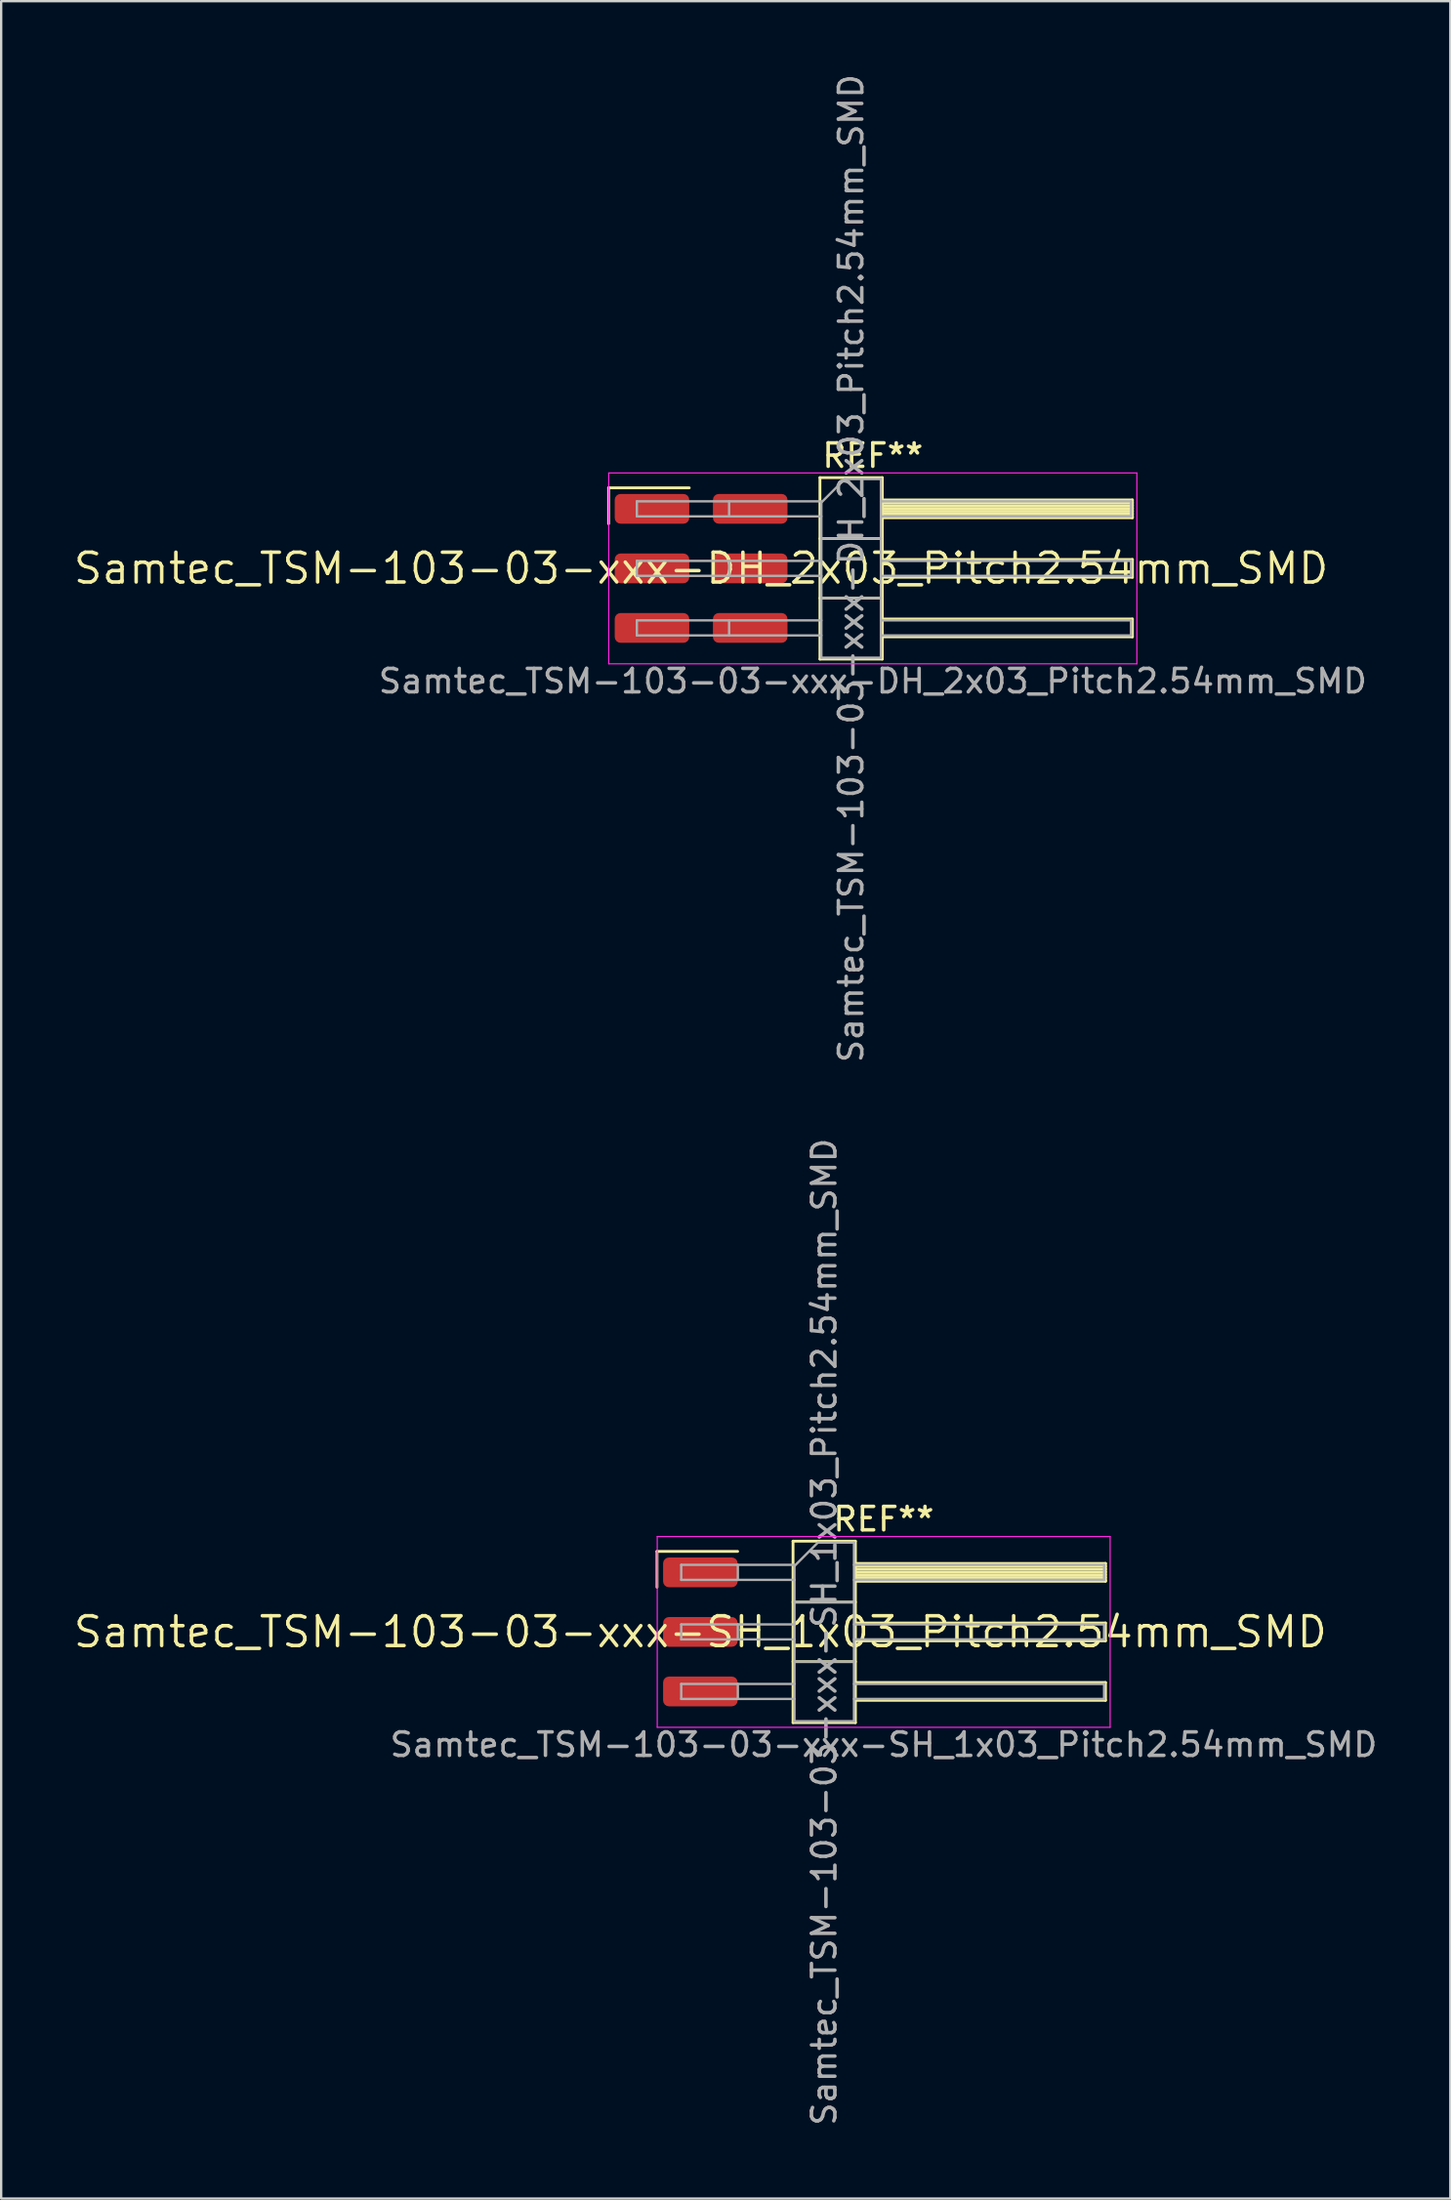
<source format=kicad_pcb>
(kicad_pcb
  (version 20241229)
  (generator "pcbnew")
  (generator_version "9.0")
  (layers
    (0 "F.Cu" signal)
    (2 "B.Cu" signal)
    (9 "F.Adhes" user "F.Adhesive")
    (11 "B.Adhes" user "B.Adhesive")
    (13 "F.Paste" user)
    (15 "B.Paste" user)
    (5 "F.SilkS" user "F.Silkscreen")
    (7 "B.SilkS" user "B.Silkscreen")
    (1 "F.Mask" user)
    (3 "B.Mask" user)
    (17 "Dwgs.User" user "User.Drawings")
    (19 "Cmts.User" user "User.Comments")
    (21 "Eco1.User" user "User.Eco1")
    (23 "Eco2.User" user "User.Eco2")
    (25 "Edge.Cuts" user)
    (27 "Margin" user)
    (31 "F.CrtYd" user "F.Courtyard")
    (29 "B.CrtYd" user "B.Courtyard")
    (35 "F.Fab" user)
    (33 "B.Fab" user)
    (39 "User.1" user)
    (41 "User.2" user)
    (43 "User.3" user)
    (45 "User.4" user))
  (footprint "Samtec_TSM-103-03-xxx-DH_2x03_Pitch2.54mm_SMD"
    (layer "F.Cu")
    (at 26.859 21.196)
    (property "Reference" "Samtec_TSM-103-03-xxx-DH_2x03_Pitch2.54mm_SMD" (at 0 0 0) (layer "F.SilkS") (effects (font (size 1.27 1.27) (thickness 0.15))))
    (attr smd)
    (fp_line (start -3.945 -3.435) (end -0.505 -3.435) (stroke (width 0.12) (type solid)) (layer "F.SilkS"))
    (fp_line (start -3.945 -1.905) (end -3.945 -3.435) (stroke (width 0.12) (type solid)) (layer "F.SilkS"))
    (fp_line (start 5.07 -3.87) (end 7.73 -3.87) (stroke (width 0.12) (type solid)) (layer "F.SilkS"))
    (fp_line (start 5.07 -1.27) (end 7.73 -1.27) (stroke (width 0.12) (type solid)) (layer "F.SilkS"))
    (fp_line (start 5.07 1.27) (end 7.73 1.27) (stroke (width 0.12) (type solid)) (layer "F.SilkS"))
    (fp_line (start 5.07 3.87) (end 5.07 -3.87) (stroke (width 0.12) (type solid)) (layer "F.SilkS"))
    (fp_line (start 7.73 -3.87) (end 7.73 3.87) (stroke (width 0.12) (type solid)) (layer "F.SilkS"))
    (fp_line (start 7.73 -2.92) (end 18.4 -2.92) (stroke (width 0.12) (type solid)) (layer "F.SilkS"))
    (fp_line (start 7.73 -2.8) (end 18.4 -2.8) (stroke (width 0.12) (type solid)) (layer "F.SilkS"))
    (fp_line (start 7.73 -2.68) (end 18.4 -2.68) (stroke (width 0.12) (type solid)) (layer "F.SilkS"))
    (fp_line (start 7.73 -2.56) (end 18.4 -2.56) (stroke (width 0.12) (type solid)) (layer "F.SilkS"))
    (fp_line (start 7.73 -2.44) (end 18.4 -2.44) (stroke (width 0.12) (type solid)) (layer "F.SilkS"))
    (fp_line (start 7.73 -2.32) (end 18.4 -2.32) (stroke (width 0.12) (type solid)) (layer "F.SilkS"))
    (fp_line (start 7.73 -2.2) (end 18.4 -2.2) (stroke (width 0.12) (type solid)) (layer "F.SilkS"))
    (fp_line (start 7.73 -2.16) (end 18.4 -2.16) (stroke (width 0.12) (type solid)) (layer "F.SilkS"))
    (fp_line (start 7.73 -0.38) (end 18.4 -0.38) (stroke (width 0.12) (type solid)) (layer "F.SilkS"))
    (fp_line (start 7.73 0.38) (end 18.4 0.38) (stroke (width 0.12) (type solid)) (layer "F.SilkS"))
    (fp_line (start 7.73 2.16) (end 18.4 2.16) (stroke (width 0.12) (type solid)) (layer "F.SilkS"))
    (fp_line (start 7.73 2.92) (end 18.4 2.92) (stroke (width 0.12) (type solid)) (layer "F.SilkS"))
    (fp_line (start 7.73 3.87) (end 5.07 3.87) (stroke (width 0.12) (type solid)) (layer "F.SilkS"))
    (fp_line (start 18.4 -2.92) (end 18.4 -2.16) (stroke (width 0.12) (type solid)) (layer "F.SilkS"))
    (fp_line (start 18.4 -0.38) (end 18.4 0.38) (stroke (width 0.12) (type solid)) (layer "F.SilkS"))
    (fp_line (start 18.4 2.16) (end 18.4 2.92) (stroke (width 0.12) (type solid)) (layer "F.SilkS"))
    (fp_line (start -3.94 -4.07) (end 18.59 -4.07) (stroke (width 0.05) (type solid)) (layer "F.CrtYd"))
    (fp_line (start -3.94 4.07) (end -3.94 -4.07) (stroke (width 0.05) (type solid)) (layer "F.CrtYd"))
    (fp_line (start 18.59 -4.07) (end 18.59 4.07) (stroke (width 0.05) (type solid)) (layer "F.CrtYd"))
    (fp_line (start 18.59 4.07) (end -3.94 4.07) (stroke (width 0.05) (type solid)) (layer "F.CrtYd"))
    (fp_line (start -2.74 -2.86) (end -2.74 -2.22) (stroke (width 0.1) (type solid)) (layer "F.Fab"))
    (fp_line (start -2.74 -2.86) (end 5.13 -2.86) (stroke (width 0.1) (type solid)) (layer "F.Fab"))
    (fp_line (start -2.74 -2.22) (end 5.13 -2.22) (stroke (width 0.1) (type solid)) (layer "F.Fab"))
    (fp_line (start -2.74 -0.32) (end -2.74 0.32) (stroke (width 0.1) (type solid)) (layer "F.Fab"))
    (fp_line (start -2.74 -0.32) (end 5.13 -0.32) (stroke (width 0.1) (type solid)) (layer "F.Fab"))
    (fp_line (start -2.74 0.32) (end 5.13 0.32) (stroke (width 0.1) (type solid)) (layer "F.Fab"))
    (fp_line (start -2.74 2.22) (end -2.74 2.86) (stroke (width 0.1) (type solid)) (layer "F.Fab"))
    (fp_line (start -2.74 2.22) (end 5.13 2.22) (stroke (width 0.1) (type solid)) (layer "F.Fab"))
    (fp_line (start -2.74 2.86) (end 5.13 2.86) (stroke (width 0.1) (type solid)) (layer "F.Fab"))
    (fp_line (start 1.195 -2.86) (end 1.195 -2.22) (stroke (width 0.1) (type solid)) (layer "F.Fab"))
    (fp_line (start 1.195 -0.32) (end 1.195 0.32) (stroke (width 0.1) (type solid)) (layer "F.Fab"))
    (fp_line (start 1.195 2.22) (end 1.195 2.86) (stroke (width 0.1) (type solid)) (layer "F.Fab"))
    (fp_line (start 5.13 -2.81) (end 6.13 -3.81) (stroke (width 0.1) (type solid)) (layer "F.Fab"))
    (fp_line (start 5.13 -1.27) (end 7.67 -1.27) (stroke (width 0.1) (type solid)) (layer "F.Fab"))
    (fp_line (start 5.13 1.27) (end 7.67 1.27) (stroke (width 0.1) (type solid)) (layer "F.Fab"))
    (fp_line (start 5.13 3.81) (end 5.13 -2.81) (stroke (width 0.1) (type solid)) (layer "F.Fab"))
    (fp_line (start 6.13 -3.81) (end 7.67 -3.81) (stroke (width 0.1) (type solid)) (layer "F.Fab"))
    (fp_line (start 7.67 -3.81) (end 7.67 3.81) (stroke (width 0.1) (type solid)) (layer "F.Fab"))
    (fp_line (start 7.67 -2.86) (end 18.34 -2.86) (stroke (width 0.1) (type solid)) (layer "F.Fab"))
    (fp_line (start 7.67 -2.22) (end 18.34 -2.22) (stroke (width 0.1) (type solid)) (layer "F.Fab"))
    (fp_line (start 7.67 -0.32) (end 18.34 -0.32) (stroke (width 0.1) (type solid)) (layer "F.Fab"))
    (fp_line (start 7.67 0.32) (end 18.34 0.32) (stroke (width 0.1) (type solid)) (layer "F.Fab"))
    (fp_line (start 7.67 2.22) (end 18.34 2.22) (stroke (width 0.1) (type solid)) (layer "F.Fab"))
    (fp_line (start 7.67 2.86) (end 18.34 2.86) (stroke (width 0.1) (type solid)) (layer "F.Fab"))
    (fp_line (start 7.67 3.81) (end 5.13 3.81) (stroke (width 0.1) (type solid)) (layer "F.Fab"))
    (fp_line (start 18.34 -2.86) (end 18.34 -2.22) (stroke (width 0.1) (type solid)) (layer "F.Fab"))
    (fp_line (start 18.34 -0.32) (end 18.34 0.32) (stroke (width 0.1) (type solid)) (layer "F.Fab"))
    (fp_line (start 18.34 2.22) (end 18.34 2.86) (stroke (width 0.1) (type solid)) (layer "F.Fab"))
    (fp_text user "REF**" (at 7.325 -4.81 0) (layer "F.SilkS") (effects (font (size 1 1) (thickness 0.15))))
    (fp_text user "${REFERENCE}" (at 6.4 0 90) (layer "F.Fab") (effects (font (size 1 1) (thickness 0.15))))
    (fp_text user "Samtec_TSM-103-03-xxx-DH_2x03_Pitch2.54mm_SMD" (at 7.325 4.81 0) (layer "F.Fab") (effects (font (size 1 1) (thickness 0.15))))
    (pad "1" smd roundrect (at -2.095 -2.54) (size 3.18 1.27) (layers "F.Cu" "F.Mask" "F.Paste") (roundrect_rratio 0.197))
    (pad "2" smd roundrect (at 2.095 -2.54) (size 3.18 1.27) (layers "F.Cu" "F.Mask" "F.Paste") (roundrect_rratio 0.197))
    (pad "3" smd roundrect (at -2.095 0) (size 3.18 1.27) (layers "F.Cu" "F.Mask" "F.Paste") (roundrect_rratio 0.197))
    (pad "4" smd roundrect (at 2.095 0) (size 3.18 1.27) (layers "F.Cu" "F.Mask" "F.Paste") (roundrect_rratio 0.197))
    (pad "5" smd roundrect (at -2.095 2.54) (size 3.18 1.27) (layers "F.Cu" "F.Mask" "F.Paste") (roundrect_rratio 0.197))
    (pad "6" smd roundrect (at 2.095 2.54) (size 3.18 1.27) (layers "F.Cu" "F.Mask" "F.Paste") (roundrect_rratio 0.197)))
  (footprint "Samtec_TSM-103-03-xxx-SH_1x03_Pitch2.54mm_SMD"
    (layer "F.Cu")
    (at 26.828 66.565)
    (property "Reference" "Samtec_TSM-103-03-xxx-SH_1x03_Pitch2.54mm_SMD" (at 0 0 0) (layer "F.SilkS") (effects (font (size 1.27 1.27) (thickness 0.15))))
    (attr smd)
    (fp_line (start -1.85 -3.435) (end 1.59 -3.435) (stroke (width 0.12) (type solid)) (layer "F.SilkS"))
    (fp_line (start -1.85 -1.905) (end -1.85 -3.435) (stroke (width 0.12) (type solid)) (layer "F.SilkS"))
    (fp_line (start 3.953 -3.87) (end 6.613 -3.87) (stroke (width 0.12) (type solid)) (layer "F.SilkS"))
    (fp_line (start 3.953 -1.27) (end 6.613 -1.27) (stroke (width 0.12) (type solid)) (layer "F.SilkS"))
    (fp_line (start 3.953 1.27) (end 6.613 1.27) (stroke (width 0.12) (type solid)) (layer "F.SilkS"))
    (fp_line (start 3.953 3.87) (end 3.953 -3.87) (stroke (width 0.12) (type solid)) (layer "F.SilkS"))
    (fp_line (start 6.613 -3.87) (end 6.613 3.87) (stroke (width 0.12) (type solid)) (layer "F.SilkS"))
    (fp_line (start 6.613 -2.92) (end 17.283 -2.92) (stroke (width 0.12) (type solid)) (layer "F.SilkS"))
    (fp_line (start 6.613 -2.8) (end 17.283 -2.8) (stroke (width 0.12) (type solid)) (layer "F.SilkS"))
    (fp_line (start 6.613 -2.68) (end 17.283 -2.68) (stroke (width 0.12) (type solid)) (layer "F.SilkS"))
    (fp_line (start 6.613 -2.56) (end 17.283 -2.56) (stroke (width 0.12) (type solid)) (layer "F.SilkS"))
    (fp_line (start 6.613 -2.44) (end 17.283 -2.44) (stroke (width 0.12) (type solid)) (layer "F.SilkS"))
    (fp_line (start 6.613 -2.32) (end 17.283 -2.32) (stroke (width 0.12) (type solid)) (layer "F.SilkS"))
    (fp_line (start 6.613 -2.2) (end 17.283 -2.2) (stroke (width 0.12) (type solid)) (layer "F.SilkS"))
    (fp_line (start 6.613 -2.16) (end 17.283 -2.16) (stroke (width 0.12) (type solid)) (layer "F.SilkS"))
    (fp_line (start 6.613 -0.38) (end 17.283 -0.38) (stroke (width 0.12) (type solid)) (layer "F.SilkS"))
    (fp_line (start 6.613 0.38) (end 17.283 0.38) (stroke (width 0.12) (type solid)) (layer "F.SilkS"))
    (fp_line (start 6.613 2.16) (end 17.283 2.16) (stroke (width 0.12) (type solid)) (layer "F.SilkS"))
    (fp_line (start 6.613 2.92) (end 17.283 2.92) (stroke (width 0.12) (type solid)) (layer "F.SilkS"))
    (fp_line (start 6.613 3.87) (end 3.953 3.87) (stroke (width 0.12) (type solid)) (layer "F.SilkS"))
    (fp_line (start 17.283 -2.92) (end 17.283 -2.16) (stroke (width 0.12) (type solid)) (layer "F.SilkS"))
    (fp_line (start 17.283 -0.38) (end 17.283 0.38) (stroke (width 0.12) (type solid)) (layer "F.SilkS"))
    (fp_line (start 17.283 2.16) (end 17.283 2.92) (stroke (width 0.12) (type solid)) (layer "F.SilkS"))
    (fp_line (start -1.84 -4.07) (end 17.48 -4.07) (stroke (width 0.05) (type solid)) (layer "F.CrtYd"))
    (fp_line (start -1.84 4.07) (end -1.84 -4.07) (stroke (width 0.05) (type solid)) (layer "F.CrtYd"))
    (fp_line (start 17.48 -4.07) (end 17.48 4.07) (stroke (width 0.05) (type solid)) (layer "F.CrtYd"))
    (fp_line (start 17.48 4.07) (end -1.84 4.07) (stroke (width 0.05) (type solid)) (layer "F.CrtYd"))
    (fp_line (start -0.817 -2.86) (end -0.817 -2.22) (stroke (width 0.1) (type solid)) (layer "F.Fab"))
    (fp_line (start -0.817 -2.86) (end 4.013 -2.86) (stroke (width 0.1) (type solid)) (layer "F.Fab"))
    (fp_line (start -0.817 -2.22) (end 4.013 -2.22) (stroke (width 0.1) (type solid)) (layer "F.Fab"))
    (fp_line (start -0.817 -0.32) (end -0.817 0.32) (stroke (width 0.1) (type solid)) (layer "F.Fab"))
    (fp_line (start -0.817 -0.32) (end 4.013 -0.32) (stroke (width 0.1) (type solid)) (layer "F.Fab"))
    (fp_line (start -0.817 0.32) (end 4.013 0.32) (stroke (width 0.1) (type solid)) (layer "F.Fab"))
    (fp_line (start -0.817 2.22) (end -0.817 2.86) (stroke (width 0.1) (type solid)) (layer "F.Fab"))
    (fp_line (start -0.817 2.22) (end 4.013 2.22) (stroke (width 0.1) (type solid)) (layer "F.Fab"))
    (fp_line (start -0.817 2.86) (end 4.013 2.86) (stroke (width 0.1) (type solid)) (layer "F.Fab"))
    (fp_line (start 1.598 -2.86) (end 1.598 -2.22) (stroke (width 0.1) (type solid)) (layer "F.Fab"))
    (fp_line (start 1.598 -0.32) (end 1.598 0.32) (stroke (width 0.1) (type solid)) (layer "F.Fab"))
    (fp_line (start 1.598 2.22) (end 1.598 2.86) (stroke (width 0.1) (type solid)) (layer "F.Fab"))
    (fp_line (start 4.013 -2.81) (end 5.013 -3.81) (stroke (width 0.1) (type solid)) (layer "F.Fab"))
    (fp_line (start 4.013 -1.27) (end 6.553 -1.27) (stroke (width 0.1) (type solid)) (layer "F.Fab"))
    (fp_line (start 4.013 1.27) (end 6.553 1.27) (stroke (width 0.1) (type solid)) (layer "F.Fab"))
    (fp_line (start 4.013 3.81) (end 4.013 -2.81) (stroke (width 0.1) (type solid)) (layer "F.Fab"))
    (fp_line (start 5.013 -3.81) (end 6.553 -3.81) (stroke (width 0.1) (type solid)) (layer "F.Fab"))
    (fp_line (start 6.553 -3.81) (end 6.553 3.81) (stroke (width 0.1) (type solid)) (layer "F.Fab"))
    (fp_line (start 6.553 -2.86) (end 17.223 -2.86) (stroke (width 0.1) (type solid)) (layer "F.Fab"))
    (fp_line (start 6.553 -2.22) (end 17.223 -2.22) (stroke (width 0.1) (type solid)) (layer "F.Fab"))
    (fp_line (start 6.553 -0.32) (end 17.223 -0.32) (stroke (width 0.1) (type solid)) (layer "F.Fab"))
    (fp_line (start 6.553 0.32) (end 17.223 0.32) (stroke (width 0.1) (type solid)) (layer "F.Fab"))
    (fp_line (start 6.553 2.22) (end 17.223 2.22) (stroke (width 0.1) (type solid)) (layer "F.Fab"))
    (fp_line (start 6.553 2.86) (end 17.223 2.86) (stroke (width 0.1) (type solid)) (layer "F.Fab"))
    (fp_line (start 6.553 3.81) (end 4.013 3.81) (stroke (width 0.1) (type solid)) (layer "F.Fab"))
    (fp_line (start 17.223 -2.86) (end 17.223 -2.22) (stroke (width 0.1) (type solid)) (layer "F.Fab"))
    (fp_line (start 17.223 -0.32) (end 17.223 0.32) (stroke (width 0.1) (type solid)) (layer "F.Fab"))
    (fp_line (start 17.223 2.22) (end 17.223 2.86) (stroke (width 0.1) (type solid)) (layer "F.Fab"))
    (fp_text user "REF**" (at 7.82 -4.81 0) (layer "F.SilkS") (effects (font (size 1 1) (thickness 0.15))))
    (fp_text user "${REFERENCE}" (at 5.283 0 90) (layer "F.Fab") (effects (font (size 1 1) (thickness 0.15))))
    (fp_text user "Samtec_TSM-103-03-xxx-SH_1x03_Pitch2.54mm_SMD" (at 7.82 4.81 0) (layer "F.Fab") (effects (font (size 1 1) (thickness 0.15))))
    (pad "1" smd roundrect (at 0 -2.54) (size 3.18 1.27) (layers "F.Cu" "F.Mask" "F.Paste") (roundrect_rratio 0.197))
    (pad "2" smd roundrect (at 0 0) (size 3.18 1.27) (layers "F.Cu" "F.Mask" "F.Paste") (roundrect_rratio 0.197))
    (pad "3" smd roundrect (at 0 2.54) (size 3.18 1.27) (layers "F.Cu" "F.Mask" "F.Paste") (roundrect_rratio 0.197)))
  (gr_rect
    (start -3 -3)
    (end 58.821 90.738)
    (stroke (width 0.1) (type default))
    (fill no)
    (layer "Edge.Cuts")))
</source>
